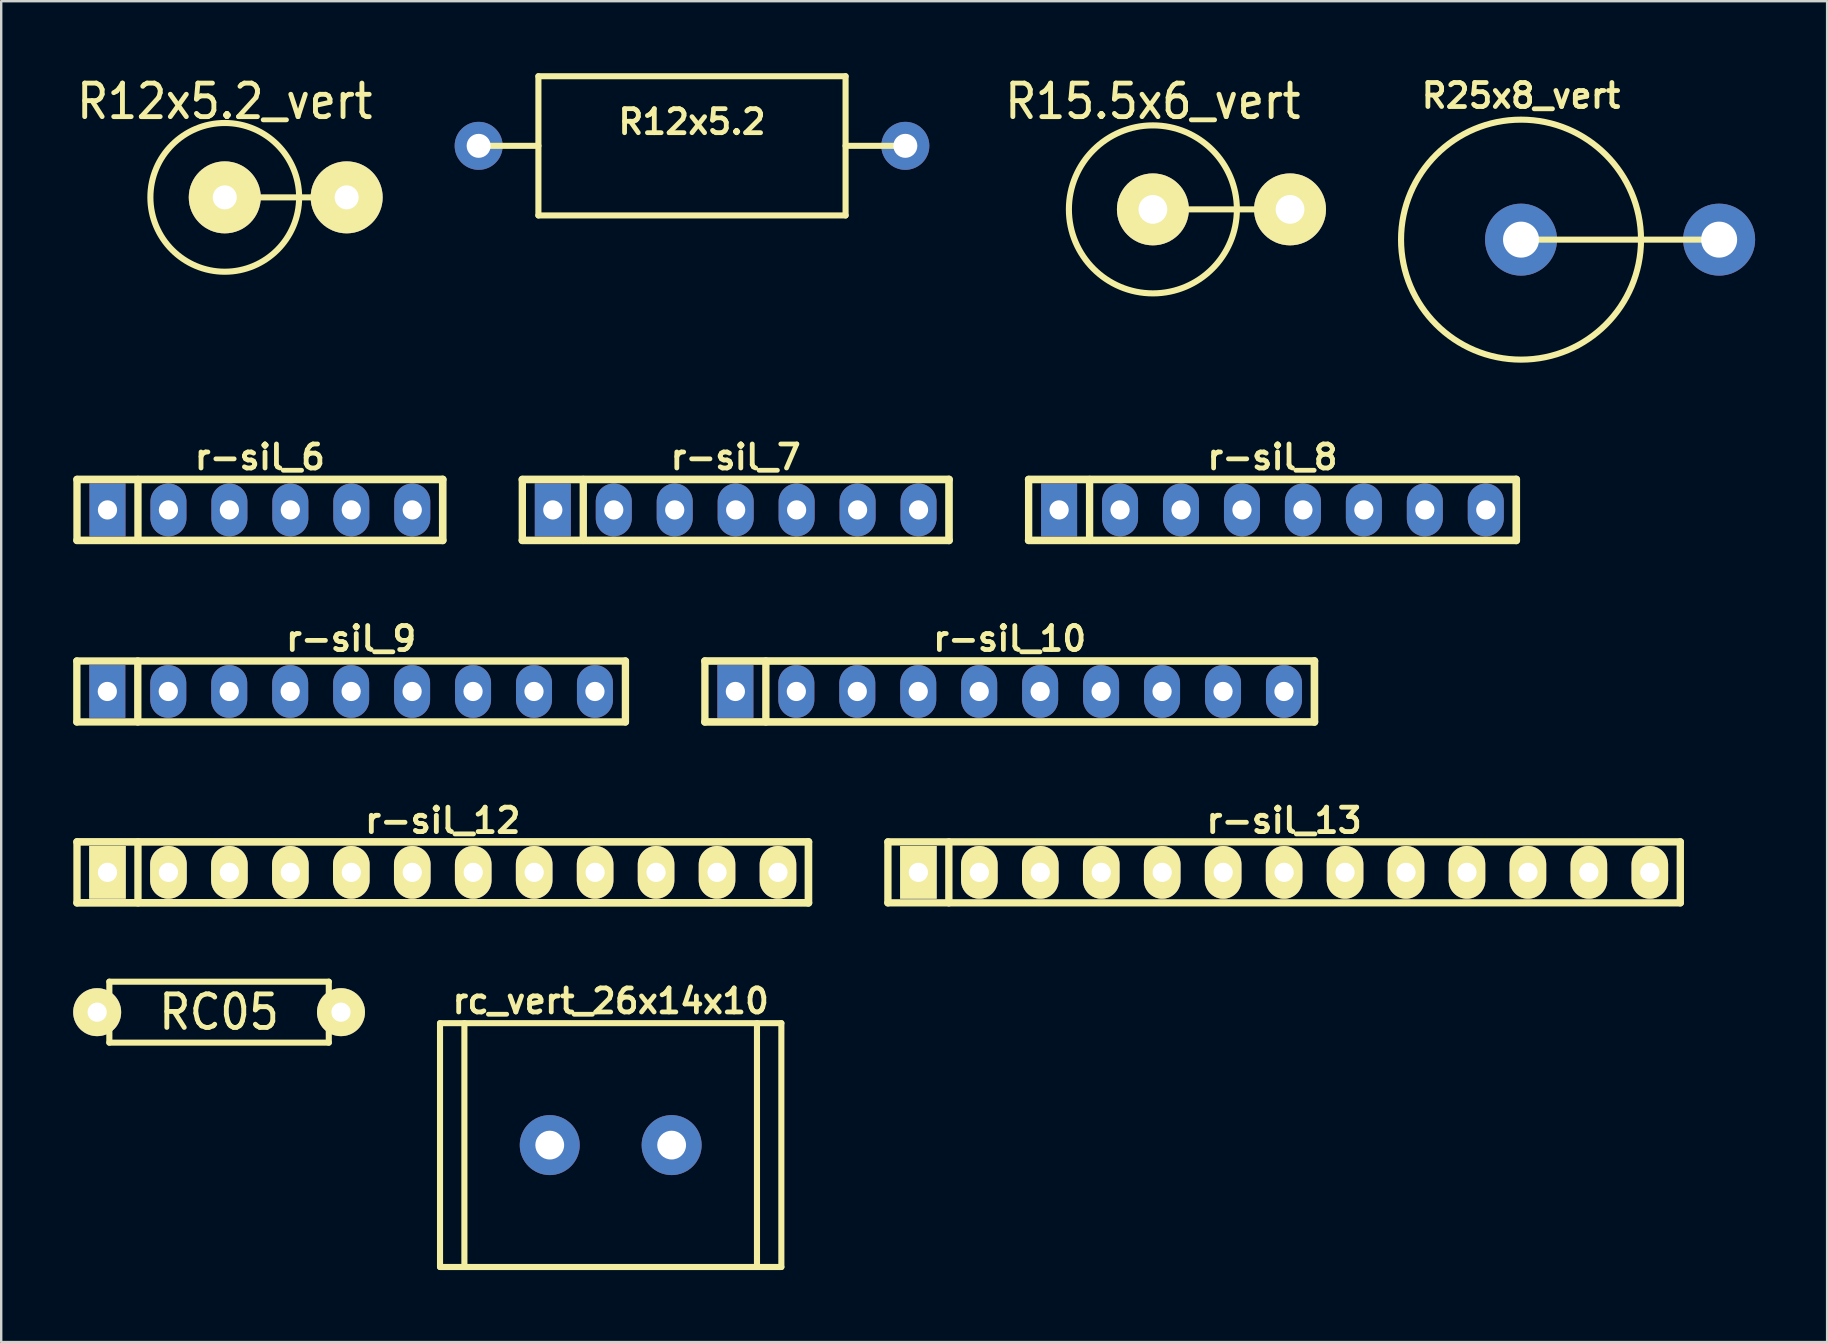
<source format=kicad_pcb>
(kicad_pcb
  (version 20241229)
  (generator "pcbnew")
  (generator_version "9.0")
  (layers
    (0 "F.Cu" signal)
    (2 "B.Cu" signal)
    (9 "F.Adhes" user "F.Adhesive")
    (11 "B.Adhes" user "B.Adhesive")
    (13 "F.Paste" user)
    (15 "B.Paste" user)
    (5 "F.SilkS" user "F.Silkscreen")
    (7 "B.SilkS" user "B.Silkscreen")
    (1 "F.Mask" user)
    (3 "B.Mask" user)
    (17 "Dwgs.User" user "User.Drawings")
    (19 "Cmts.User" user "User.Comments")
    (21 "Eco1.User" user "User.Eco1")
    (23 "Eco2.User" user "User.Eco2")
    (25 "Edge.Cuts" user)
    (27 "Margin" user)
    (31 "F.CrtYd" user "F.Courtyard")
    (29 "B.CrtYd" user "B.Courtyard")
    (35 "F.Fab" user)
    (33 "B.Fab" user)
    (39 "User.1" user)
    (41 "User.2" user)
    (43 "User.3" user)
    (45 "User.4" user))
  (footprint "r-sil_9"
    (layer "F.Cu")
    (at 11.582 25.764)
    (property "Reference" "r-sil_9" (at 0 -2.2 0) (layer "F.SilkS") (effects (font (size 1 1) (thickness 0.2))))
    (attr through_hole)
    (fp_line (start -11.43 -1.27) (end 11.43 -1.27) (stroke (width 0.305) (type solid)) (layer "F.SilkS"))
    (fp_line (start -11.43 1.27) (end -11.43 -1.27) (stroke (width 0.305) (type solid)) (layer "F.SilkS"))
    (fp_line (start -8.89 -1.27) (end -8.89 1.27) (stroke (width 0.305) (type solid)) (layer "F.SilkS"))
    (fp_line (start 11.43 -1.27) (end 11.43 1.27) (stroke (width 0.305) (type solid)) (layer "F.SilkS"))
    (fp_line (start 11.43 1.27) (end -11.43 1.27) (stroke (width 0.305) (type solid)) (layer "F.SilkS"))
    (pad "1" thru_hole rect (at -10.16 0) (size 1.5 2.2) (drill 0.8) (layers "*.Cu" "*.Mask"))
    (pad "2" thru_hole oval (at -7.62 0) (size 1.5 2.2) (drill 0.8) (layers "*.Cu" "*.Mask"))
    (pad "3" thru_hole oval (at -5.08 0) (size 1.5 2.2) (drill 0.8) (layers "*.Cu" "*.Mask"))
    (pad "4" thru_hole oval (at -2.54 0) (size 1.5 2.2) (drill 0.8) (layers "*.Cu" "*.Mask"))
    (pad "5" thru_hole oval (at 0 0) (size 1.5 2.2) (drill 0.8) (layers "*.Cu" "*.Mask"))
    (pad "6" thru_hole oval (at 2.54 0) (size 1.5 2.2) (drill 0.8) (layers "*.Cu" "*.Mask"))
    (pad "7" thru_hole oval (at 5.08 0) (size 1.5 2.2) (drill 0.8) (layers "*.Cu" "*.Mask"))
    (pad "8" thru_hole oval (at 7.62 0) (size 1.5 2.2) (drill 0.8) (layers "*.Cu" "*.Mask"))
    (pad "9" thru_hole oval (at 10.16 0) (size 1.5 2.2) (drill 0.8) (layers "*.Cu" "*.Mask")))
  (footprint "R15.5x6_vert"
    (layer "F.Cu")
    (at 44.992 5.675)
    (property "Reference" "R15.5x6_vert" (at 0 -4.501 0) (layer "F.SilkS") (effects (font (size 1.397 1.27) (thickness 0.203))))
    (attr through_hole)
    (fp_line (start 0 0) (end 5.7 0) (stroke (width 0.254) (type solid)) (layer "F.SilkS"))
    (fp_circle (center 0 0) (end -3.5 0) (stroke (width 0.254) (type solid)) (fill no) (layer "F.SilkS"))
    (pad "1" thru_hole circle (at 0 0) (size 2.997 2.997) (drill 1.199) (layers "*.Cu" "*.Mask" "F.SilkS"))
    (pad "2" thru_hole circle (at 5.715 0) (size 2.997 2.997) (drill 1.199) (layers "*.Cu" "*.Mask" "F.SilkS")))
  (footprint "r-sil_8"
    (layer "F.Cu")
    (at 49.974 18.199)
    (property "Reference" "r-sil_8" (at 0 -2.2 0) (layer "F.SilkS") (effects (font (size 1 1) (thickness 0.2))))
    (attr through_hole)
    (fp_line (start -10.16 -1.27) (end 10.16 -1.27) (stroke (width 0.318) (type solid)) (layer "F.SilkS"))
    (fp_line (start -10.16 1.27) (end -10.16 -1.27) (stroke (width 0.305) (type solid)) (layer "F.SilkS"))
    (fp_line (start -7.62 -1.27) (end -7.62 1.27) (stroke (width 0.305) (type solid)) (layer "F.SilkS"))
    (fp_line (start 10.16 -1.27) (end 10.16 1.27) (stroke (width 0.318) (type solid)) (layer "F.SilkS"))
    (fp_line (start 10.16 1.27) (end -10.16 1.27) (stroke (width 0.318) (type solid)) (layer "F.SilkS"))
    (pad "1" thru_hole rect (at -8.89 0) (size 1.5 2.2) (drill 0.8) (layers "*.Cu" "*.Mask"))
    (pad "2" thru_hole oval (at -6.35 0) (size 1.5 2.2) (drill 0.8) (layers "*.Cu" "*.Mask"))
    (pad "3" thru_hole oval (at -3.81 0) (size 1.5 2.2) (drill 0.8) (layers "*.Cu" "*.Mask"))
    (pad "4" thru_hole oval (at -1.27 0) (size 1.5 2.2) (drill 0.8) (layers "*.Cu" "*.Mask"))
    (pad "5" thru_hole oval (at 1.27 0) (size 1.5 2.2) (drill 0.8) (layers "*.Cu" "*.Mask"))
    (pad "6" thru_hole oval (at 3.81 0) (size 1.5 2.2) (drill 0.8) (layers "*.Cu" "*.Mask"))
    (pad "7" thru_hole oval (at 6.35 0) (size 1.5 2.2) (drill 0.8) (layers "*.Cu" "*.Mask"))
    (pad "8" thru_hole oval (at 8.89 0) (size 1.5 2.2) (drill 0.8) (layers "*.Cu" "*.Mask")))
  (footprint "r-sil_13"
    (layer "F.Cu")
    (at 50.46 33.302)
    (property "Reference" "r-sil_13" (at 0 -2.159 0) (layer "F.SilkS") (effects (font (size 1.016 1.016) (thickness 0.203))))
    (attr through_hole)
    (fp_line (start -16.51 -1.27) (end 16.51 -1.27) (stroke (width 0.305) (type solid)) (layer "F.SilkS"))
    (fp_line (start -16.51 1.27) (end -16.51 -1.27) (stroke (width 0.305) (type solid)) (layer "F.SilkS"))
    (fp_line (start -13.97 -1.27) (end -13.97 1.27) (stroke (width 0.305) (type solid)) (layer "F.SilkS"))
    (fp_line (start 16.51 -1.27) (end 16.51 1.27) (stroke (width 0.305) (type solid)) (layer "F.SilkS"))
    (fp_line (start 16.51 1.27) (end -16.51 1.27) (stroke (width 0.305) (type solid)) (layer "F.SilkS"))
    (pad "1" thru_hole rect (at -15.24 0) (size 1.524 2.197) (drill 0.8) (layers "*.Cu" "*.Mask" "F.SilkS"))
    (pad "2" thru_hole oval (at -12.7 0) (size 1.524 2.197) (drill 0.8) (layers "*.Cu" "*.Mask" "F.SilkS"))
    (pad "3" thru_hole oval (at -10.16 0) (size 1.524 2.197) (drill 0.8) (layers "*.Cu" "*.Mask" "F.SilkS"))
    (pad "4" thru_hole oval (at -7.62 0) (size 1.524 2.197) (drill 0.8) (layers "*.Cu" "*.Mask" "F.SilkS"))
    (pad "5" thru_hole oval (at -5.08 0) (size 1.524 2.197) (drill 0.8) (layers "*.Cu" "*.Mask" "F.SilkS"))
    (pad "6" thru_hole oval (at -2.54 0) (size 1.524 2.197) (drill 0.8) (layers "*.Cu" "*.Mask" "F.SilkS"))
    (pad "7" thru_hole oval (at 0 0) (size 1.524 2.197) (drill 0.8) (layers "*.Cu" "*.Mask" "F.SilkS"))
    (pad "8" thru_hole oval (at 2.54 0) (size 1.524 2.197) (drill 0.8) (layers "*.Cu" "*.Mask" "F.SilkS"))
    (pad "9" thru_hole oval (at 5.08 0) (size 1.524 2.197) (drill 0.8) (layers "*.Cu" "*.Mask" "F.SilkS"))
    (pad "10" thru_hole oval (at 7.62 0) (size 1.524 2.197) (drill 0.8) (layers "*.Cu" "*.Mask" "F.SilkS"))
    (pad "11" thru_hole oval (at 10.16 0) (size 1.524 2.197) (drill 0.8) (layers "*.Cu" "*.Mask" "F.SilkS"))
    (pad "12" thru_hole oval (at 12.7 0) (size 1.524 2.197) (drill 0.8) (layers "*.Cu" "*.Mask" "F.SilkS"))
    (pad "13" thru_hole oval (at 15.24 0) (size 1.524 2.197) (drill 0.8) (layers "*.Cu" "*.Mask" "F.SilkS")))
  (footprint "R25x8_vert"
    (layer "F.Cu")
    (at 60.333 6.936)
    (property "Reference" "R25x8_vert" (at 0 -6 0) (layer "F.SilkS") (effects (font (size 1 1) (thickness 0.2))))
    (attr through_hole)
    (fp_line (start 0 0) (end 8.3 0) (stroke (width 0.254) (type solid)) (layer "F.SilkS"))
    (fp_circle (center 0 0) (end 5 0) (stroke (width 0.254) (type solid)) (fill no) (layer "F.SilkS"))
    (pad "1" thru_hole circle (at 0 0) (size 3 3) (drill 1.5) (layers "*.Cu" "*.Mask"))
    (pad "2" thru_hole circle (at 8.255 0) (size 3 3) (drill 1.5) (layers "*.Cu" "*.Mask")))
  (footprint "RC05"
    (layer "F.Cu")
    (at 6.079 39.128)
    (property "Reference" "RC05" (at 0 0 0) (layer "F.SilkS") (effects (font (size 1.397 1.27) (thickness 0.203))))
    (attr through_hole)
    (fp_line (start -5.08 0) (end -4.572 0) (stroke (width 0.305) (type solid)) (layer "F.SilkS"))
    (fp_line (start -4.572 -1.27) (end 4.572 -1.27) (stroke (width 0.254) (type solid)) (layer "F.SilkS"))
    (fp_line (start -4.572 1.27) (end -4.572 -1.27) (stroke (width 0.254) (type solid)) (layer "F.SilkS"))
    (fp_line (start 4.572 -1.27) (end 4.572 1.27) (stroke (width 0.254) (type solid)) (layer "F.SilkS"))
    (fp_line (start 4.572 1.27) (end -4.572 1.27) (stroke (width 0.254) (type solid)) (layer "F.SilkS"))
    (fp_line (start 5.08 0) (end 4.572 0) (stroke (width 0.305) (type solid)) (layer "F.SilkS"))
    (pad "1" thru_hole circle (at -5.08 0) (size 1.999 1.999) (drill 0.8) (layers "*.Cu" "*.Mask" "F.SilkS"))
    (pad "2" thru_hole circle (at 5.08 0) (size 1.999 1.999) (drill 0.8) (layers "*.Cu" "*.Mask" "F.SilkS")))
  (footprint "r-sil_10"
    (layer "F.Cu")
    (at 39.024 25.764)
    (property "Reference" "r-sil_10" (at 0 -2.2 0) (layer "F.SilkS") (effects (font (size 1 1) (thickness 0.2))))
    (attr through_hole)
    (fp_line (start -12.7 -1.27) (end -12.7 1.27) (stroke (width 0.305) (type solid)) (layer "F.SilkS"))
    (fp_line (start -12.7 -1.27) (end 12.7 -1.27) (stroke (width 0.318) (type solid)) (layer "F.SilkS"))
    (fp_line (start -10.16 1.27) (end -10.16 -1.27) (stroke (width 0.305) (type solid)) (layer "F.SilkS"))
    (fp_line (start 12.7 -1.27) (end 12.7 1.27) (stroke (width 0.318) (type solid)) (layer "F.SilkS"))
    (fp_line (start 12.7 1.27) (end -12.7 1.27) (stroke (width 0.318) (type solid)) (layer "F.SilkS"))
    (pad "1" thru_hole rect (at -11.43 0) (size 1.5 2.2) (drill 0.8) (layers "*.Cu" "*.Mask"))
    (pad "2" thru_hole oval (at -8.89 0) (size 1.5 2.2) (drill 0.8) (layers "*.Cu" "*.Mask"))
    (pad "3" thru_hole oval (at -6.35 0) (size 1.5 2.2) (drill 0.8) (layers "*.Cu" "*.Mask"))
    (pad "4" thru_hole oval (at -3.81 0) (size 1.5 2.2) (drill 0.8) (layers "*.Cu" "*.Mask"))
    (pad "5" thru_hole oval (at -1.27 0) (size 1.5 2.2) (drill 0.8) (layers "*.Cu" "*.Mask"))
    (pad "6" thru_hole oval (at 1.27 0) (size 1.5 2.2) (drill 0.8) (layers "*.Cu" "*.Mask"))
    (pad "7" thru_hole oval (at 3.81 0) (size 1.5 2.2) (drill 0.8) (layers "*.Cu" "*.Mask"))
    (pad "8" thru_hole oval (at 6.35 0) (size 1.5 2.2) (drill 0.8) (layers "*.Cu" "*.Mask"))
    (pad "9" thru_hole oval (at 8.89 0) (size 1.5 2.2) (drill 0.8) (layers "*.Cu" "*.Mask"))
    (pad "10" thru_hole oval (at 11.43 0) (size 1.5 2.2) (drill 0.8) (layers "*.Cu" "*.Mask")))
  (footprint "r-sil_12"
    (layer "F.Cu")
    (at 15.399 33.302)
    (property "Reference" "r-sil_12" (at 0 -2.159 0) (layer "F.SilkS") (effects (font (size 1.016 1.016) (thickness 0.203))))
    (attr through_hole)
    (fp_line (start -15.24 -1.27) (end 15.24 -1.27) (stroke (width 0.318) (type solid)) (layer "F.SilkS"))
    (fp_line (start -15.24 1.27) (end -15.24 -1.27) (stroke (width 0.305) (type solid)) (layer "F.SilkS"))
    (fp_line (start -12.7 -1.27) (end -12.7 1.27) (stroke (width 0.305) (type solid)) (layer "F.SilkS"))
    (fp_line (start 15.24 -1.27) (end 15.24 1.27) (stroke (width 0.318) (type solid)) (layer "F.SilkS"))
    (fp_line (start 15.24 1.27) (end -15.24 1.27) (stroke (width 0.318) (type solid)) (layer "F.SilkS"))
    (pad "1" thru_hole rect (at -13.97 0) (size 1.524 2.197) (drill 0.8) (layers "*.Cu" "*.Mask" "F.SilkS"))
    (pad "2" thru_hole oval (at -11.43 0) (size 1.524 2.197) (drill 0.8) (layers "*.Cu" "*.Mask" "F.SilkS"))
    (pad "3" thru_hole oval (at -8.89 0) (size 1.524 2.197) (drill 0.8) (layers "*.Cu" "*.Mask" "F.SilkS"))
    (pad "4" thru_hole oval (at -6.35 0) (size 1.524 2.197) (drill 0.8) (layers "*.Cu" "*.Mask" "F.SilkS"))
    (pad "5" thru_hole oval (at -3.81 0) (size 1.524 2.197) (drill 0.8) (layers "*.Cu" "*.Mask" "F.SilkS"))
    (pad "6" thru_hole oval (at -1.27 0) (size 1.524 2.197) (drill 0.8) (layers "*.Cu" "*.Mask" "F.SilkS"))
    (pad "7" thru_hole oval (at 1.27 0) (size 1.524 2.197) (drill 0.8) (layers "*.Cu" "*.Mask" "F.SilkS"))
    (pad "8" thru_hole oval (at 3.81 0) (size 1.524 2.197) (drill 0.8) (layers "*.Cu" "*.Mask" "F.SilkS"))
    (pad "9" thru_hole oval (at 6.35 0) (size 1.524 2.197) (drill 0.8) (layers "*.Cu" "*.Mask" "F.SilkS"))
    (pad "10" thru_hole oval (at 8.89 0) (size 1.524 2.197) (drill 0.8) (layers "*.Cu" "*.Mask" "F.SilkS"))
    (pad "11" thru_hole oval (at 11.43 0) (size 1.524 2.197) (drill 0.8) (layers "*.Cu" "*.Mask" "F.SilkS"))
    (pad "12" thru_hole oval (at 13.97 0) (size 1.524 2.197) (drill 0.8) (layers "*.Cu" "*.Mask" "F.SilkS")))
  (footprint "r-sil_7"
    (layer "F.Cu")
    (at 27.606 18.199)
    (property "Reference" "r-sil_7" (at 0 -2.2 0) (layer "F.SilkS") (effects (font (size 1 1) (thickness 0.2))))
    (attr through_hole)
    (fp_line (start -8.89 -1.27) (end 8.89 -1.27) (stroke (width 0.318) (type solid)) (layer "F.SilkS"))
    (fp_line (start -8.89 1.27) (end -8.89 -1.27) (stroke (width 0.305) (type solid)) (layer "F.SilkS"))
    (fp_line (start -6.35 -1.27) (end -6.35 1.27) (stroke (width 0.305) (type solid)) (layer "F.SilkS"))
    (fp_line (start 8.89 -1.27) (end 8.89 1.27) (stroke (width 0.318) (type solid)) (layer "F.SilkS"))
    (fp_line (start 8.89 1.27) (end -8.89 1.27) (stroke (width 0.318) (type solid)) (layer "F.SilkS"))
    (pad "1" thru_hole rect (at -7.62 0) (size 1.5 2.2) (drill 0.8) (layers "*.Cu" "*.Mask"))
    (pad "2" thru_hole oval (at -5.08 0) (size 1.5 2.2) (drill 0.8) (layers "*.Cu" "*.Mask"))
    (pad "3" thru_hole oval (at -2.54 0) (size 1.5 2.2) (drill 0.8) (layers "*.Cu" "*.Mask"))
    (pad "4" thru_hole oval (at 0 0) (size 1.5 2.2) (drill 0.8) (layers "*.Cu" "*.Mask"))
    (pad "5" thru_hole oval (at 2.54 0) (size 1.5 2.2) (drill 0.8) (layers "*.Cu" "*.Mask"))
    (pad "6" thru_hole oval (at 5.08 0) (size 1.5 2.2) (drill 0.8) (layers "*.Cu" "*.Mask"))
    (pad "7" thru_hole oval (at 7.62 0) (size 1.5 2.2) (drill 0.8) (layers "*.Cu" "*.Mask")))
  (footprint "R12x5.2"
    (layer "F.Cu")
    (at 25.786 3.027)
    (property "Reference" "R12x5.2" (at 0 -1 0) (layer "F.SilkS") (effects (font (size 1 1) (thickness 0.2))))
    (attr through_hole)
    (fp_line (start -6.4 -2.9) (end -6.4 2.9) (stroke (width 0.254) (type solid)) (layer "F.SilkS"))
    (fp_line (start -6.4 0) (end -9.2 0) (stroke (width 0.254) (type solid)) (layer "F.SilkS"))
    (fp_line (start -6.4 2.9) (end 6.4 2.9) (stroke (width 0.254) (type solid)) (layer "F.SilkS"))
    (fp_line (start 6.4 -2.9) (end -6.4 -2.9) (stroke (width 0.254) (type solid)) (layer "F.SilkS"))
    (fp_line (start 6.4 0) (end 9.2 0) (stroke (width 0.254) (type solid)) (layer "F.SilkS"))
    (fp_line (start 6.4 2.9) (end 6.4 -2.9) (stroke (width 0.254) (type solid)) (layer "F.SilkS"))
    (pad "1" thru_hole circle (at -8.89 0) (size 2 2) (drill 1) (layers "*.Cu" "*.Mask"))
    (pad "2" thru_hole circle (at 8.89 0) (size 2 2) (drill 1) (layers "*.Cu" "*.Mask")))
  (footprint "r-sil_6"
    (layer "F.Cu")
    (at 7.779 18.199)
    (property "Reference" "r-sil_6" (at 0 -2.2 0) (layer "F.SilkS") (effects (font (size 1 1) (thickness 0.2))))
    (attr through_hole)
    (fp_line (start -7.62 -1.27) (end 7.62 -1.27) (stroke (width 0.318) (type solid)) (layer "F.SilkS"))
    (fp_line (start -7.62 1.27) (end -7.62 -1.27) (stroke (width 0.305) (type solid)) (layer "F.SilkS"))
    (fp_line (start -5.08 -1.27) (end -5.08 1.27) (stroke (width 0.305) (type solid)) (layer "F.SilkS"))
    (fp_line (start 7.62 -1.27) (end 7.62 1.27) (stroke (width 0.318) (type solid)) (layer "F.SilkS"))
    (fp_line (start 7.62 1.27) (end -7.62 1.27) (stroke (width 0.318) (type solid)) (layer "F.SilkS"))
    (pad "1" thru_hole rect (at -6.35 0) (size 1.5 2.2) (drill 0.8) (layers "*.Cu" "*.Mask"))
    (pad "2" thru_hole oval (at -3.81 0) (size 1.5 2.2) (drill 0.8) (layers "*.Cu" "*.Mask"))
    (pad "3" thru_hole oval (at -1.27 0) (size 1.5 2.2) (drill 0.8) (layers "*.Cu" "*.Mask"))
    (pad "4" thru_hole oval (at 1.27 0) (size 1.5 2.2) (drill 0.8) (layers "*.Cu" "*.Mask"))
    (pad "5" thru_hole oval (at 3.81 0) (size 1.5 2.2) (drill 0.8) (layers "*.Cu" "*.Mask"))
    (pad "6" thru_hole oval (at 6.35 0) (size 1.5 2.2) (drill 0.8) (layers "*.Cu" "*.Mask")))
  (footprint "R12x5.2_vert"
    (layer "F.Cu")
    (at 6.316 5.174)
    (property "Reference" "R12x5.2_vert" (at 0 -4 0) (layer "F.SilkS") (effects (font (size 1.397 1.27) (thickness 0.203))))
    (attr through_hole)
    (fp_line (start 0 0) (end 5.1 0) (stroke (width 0.254) (type solid)) (layer "F.SilkS"))
    (fp_circle (center 0 0) (end -3.099 0) (stroke (width 0.254) (type solid)) (fill no) (layer "F.SilkS"))
    (pad "1" thru_hole circle (at 0 0) (size 3 3) (drill 1.001) (layers "*.Cu" "*.Mask" "F.SilkS"))
    (pad "2" thru_hole circle (at 5.08 0) (size 3 3) (drill 1.001) (layers "*.Cu" "*.Mask" "F.SilkS")))
  (footprint "rc_vert_26x14x10"
    (layer "F.Cu")
    (at 22.398 44.667)
    (property "Reference" "rc_vert_26x14x10" (at 0 -6 0) (layer "F.SilkS") (effects (font (size 1 1) (thickness 0.2))))
    (attr through_hole)
    (fp_line (start -7.112 -5.08) (end -7.112 5.08) (stroke (width 0.254) (type solid)) (layer "F.SilkS"))
    (fp_line (start -7.112 5.08) (end 7.112 5.08) (stroke (width 0.254) (type solid)) (layer "F.SilkS"))
    (fp_line (start -6.096 -5.08) (end -6.096 5.08) (stroke (width 0.254) (type solid)) (layer "F.SilkS"))
    (fp_line (start 6.096 -5.08) (end 6.096 5.08) (stroke (width 0.254) (type solid)) (layer "F.SilkS"))
    (fp_line (start 7.112 -5.08) (end -7.112 -5.08) (stroke (width 0.254) (type solid)) (layer "F.SilkS"))
    (fp_line (start 7.112 5.08) (end 7.112 -5.08) (stroke (width 0.254) (type solid)) (layer "F.SilkS"))
    (pad "1" thru_hole circle (at 2.54 0) (size 2.5 2.5) (drill 1.2) (layers "*.Cu" "*.Mask"))
    (pad "2" thru_hole circle (at -2.54 0) (size 2.5 2.5) (drill 1.2) (layers "*.Cu" "*.Mask")))
  (gr_rect
    (start -3 -3)
    (end 73.088 52.874)
    (stroke (width 0.1) (type default))
    (fill no)
    (layer "Edge.Cuts")))
</source>
